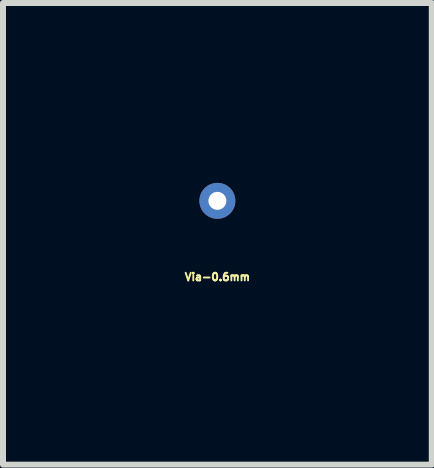
<source format=kicad_pcb>
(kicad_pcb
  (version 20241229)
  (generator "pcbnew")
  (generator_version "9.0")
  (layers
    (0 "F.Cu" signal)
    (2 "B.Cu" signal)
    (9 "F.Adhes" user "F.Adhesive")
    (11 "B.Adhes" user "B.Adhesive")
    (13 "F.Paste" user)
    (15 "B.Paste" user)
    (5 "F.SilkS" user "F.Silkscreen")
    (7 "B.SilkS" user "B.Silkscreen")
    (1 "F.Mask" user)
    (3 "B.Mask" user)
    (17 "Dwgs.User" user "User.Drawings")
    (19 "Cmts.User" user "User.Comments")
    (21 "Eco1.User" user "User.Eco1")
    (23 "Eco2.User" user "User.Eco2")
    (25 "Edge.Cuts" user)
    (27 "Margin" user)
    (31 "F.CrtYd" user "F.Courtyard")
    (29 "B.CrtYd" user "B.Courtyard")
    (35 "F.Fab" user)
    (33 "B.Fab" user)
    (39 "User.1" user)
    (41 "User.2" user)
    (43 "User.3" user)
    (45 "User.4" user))
  (footprint "Via-0.6mm"
    (layer "F.Cu")
    (at 0.576 0.3)
    (property "Reference" "Via-0.6mm" (at 0 1.27 0) (layer "F.SilkS") (effects (font (size 0.127 0.127) (thickness 0.032))))
    (attr through_hole)
    (pad "1" thru_hole circle (at 0 0) (size 0.6 0.6) (drill 0.3) (layers "*.Cu")))
  (gr_rect
    (start -3 -3)
    (end 4.152 4.7)
    (stroke (width 0.1) (type default))
    (fill no)
    (layer "Edge.Cuts")))
</source>
